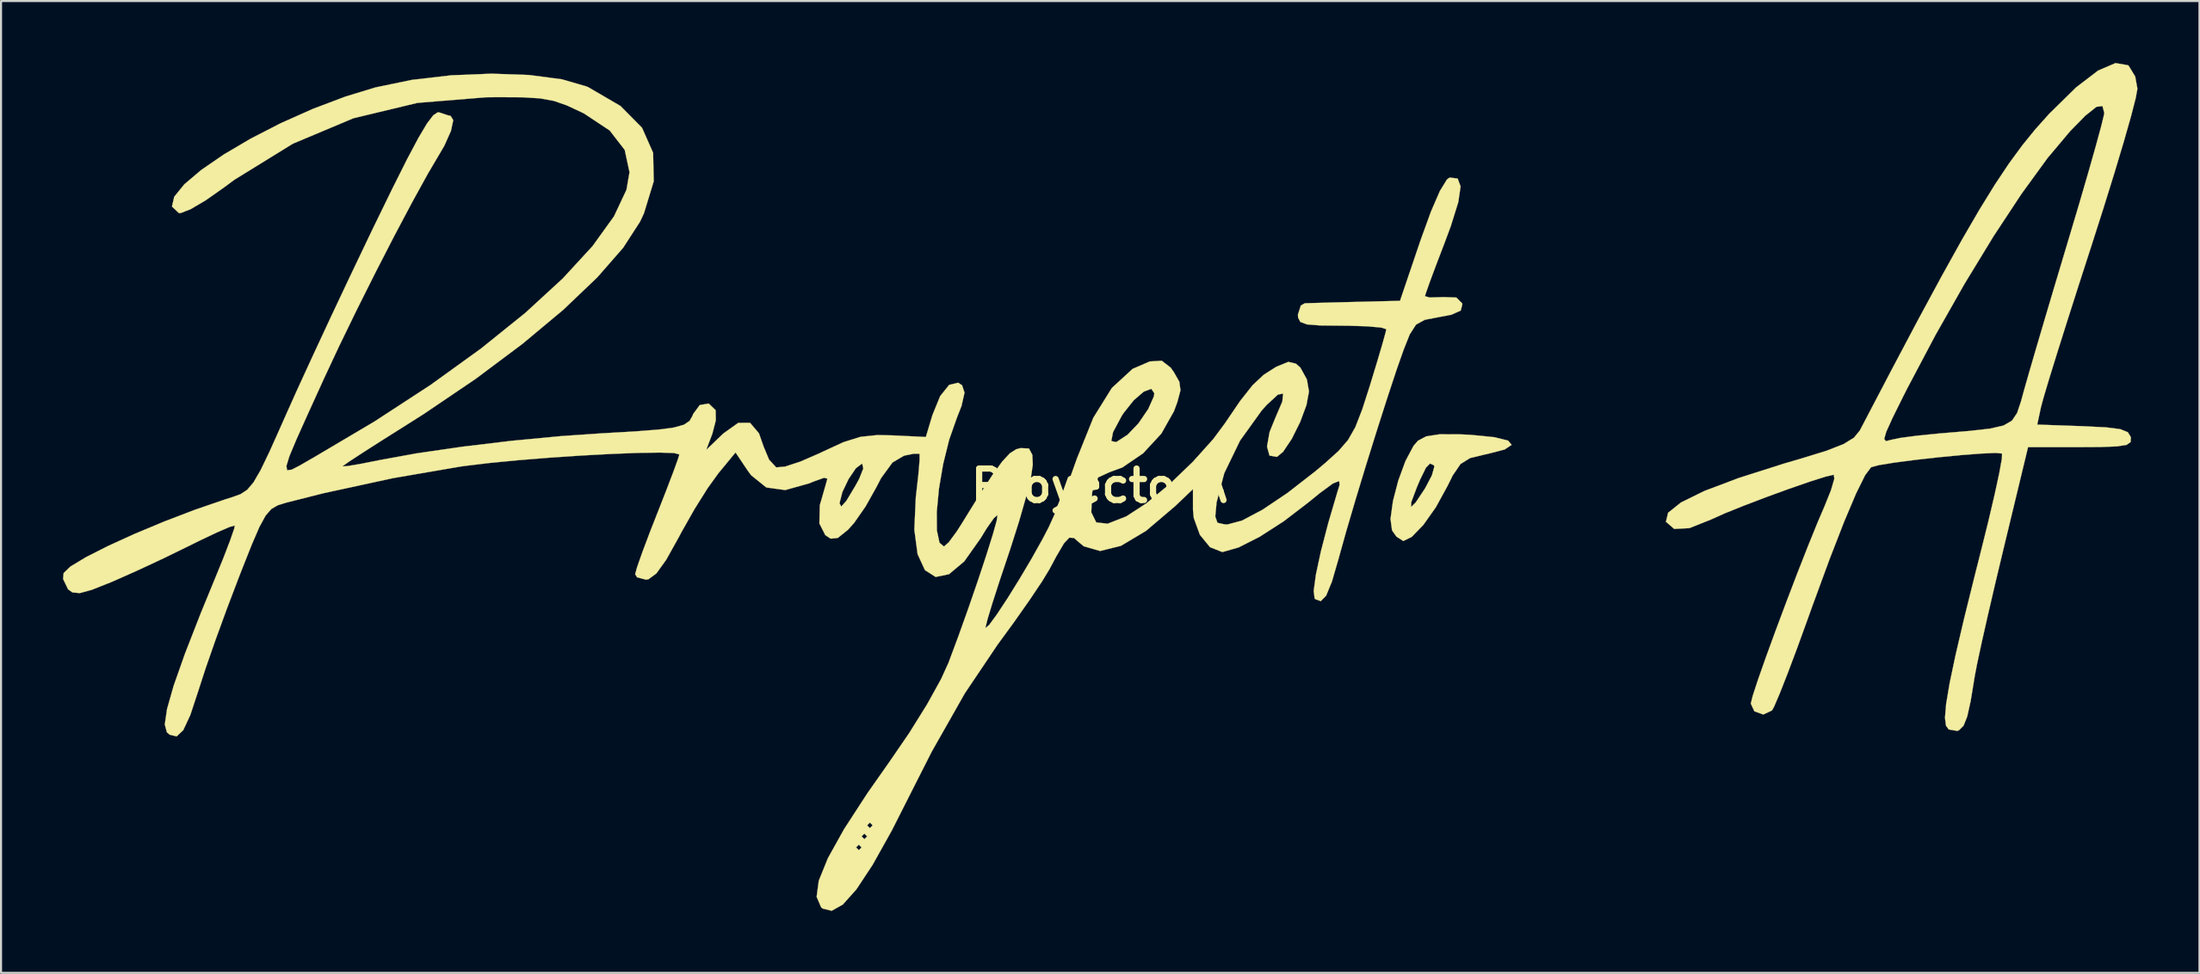
<source format=kicad_pcb>
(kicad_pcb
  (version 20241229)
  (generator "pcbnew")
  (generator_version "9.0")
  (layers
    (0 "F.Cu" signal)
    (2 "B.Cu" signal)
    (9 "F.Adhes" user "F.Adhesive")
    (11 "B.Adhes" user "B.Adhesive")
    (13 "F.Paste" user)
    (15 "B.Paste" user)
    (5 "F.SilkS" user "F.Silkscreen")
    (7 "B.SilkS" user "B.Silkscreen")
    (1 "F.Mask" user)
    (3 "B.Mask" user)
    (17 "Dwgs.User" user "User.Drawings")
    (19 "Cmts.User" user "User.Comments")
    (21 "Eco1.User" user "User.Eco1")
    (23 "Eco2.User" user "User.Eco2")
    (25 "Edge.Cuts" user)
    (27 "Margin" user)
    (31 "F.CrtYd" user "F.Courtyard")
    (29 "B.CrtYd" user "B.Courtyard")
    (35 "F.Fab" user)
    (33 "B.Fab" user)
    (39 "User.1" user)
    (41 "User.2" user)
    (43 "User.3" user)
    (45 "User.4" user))
  (footprint "Proyecto A"
    (layer "F.Cu")
    (at 50.157 20.475)
    (property "Reference" "Proyecto A" (at 0 0 0) (layer "F.SilkS") (effects (font (size 1.524 1.524) (thickness 0.3))))
    (attr through_hole)
    (fp_poly (pts (xy 17.503 -2.49) (xy 17.993 -2.466) (xy 19.137 -2.353) (xy 19.801 -2.186) (xy 19.972 -1.982) (xy 19.636 -1.759) (xy 18.78 -1.537) (xy 18.681 -1.518) (xy 17.959 -1.343) (xy 17.498 -1.055) (xy 17.122 -0.505) (xy 16.861 0.02) (xy 16.305 1.035) (xy 15.701 1.889) (xy 15.138 2.473) (xy 14.727 2.674) (xy 14.398 2.465) (xy 14.182 2.16) (xy 14.108 1.604) (xy 14.187 1.029) (xy 15.102 1.029) (xy 15.331 0.801) (xy 15.783 0.12) (xy 16.111 -0.503) (xy 16.229 -0.925) (xy 16.206 -0.994) (xy 16.022 -1.079) (xy 15.822 -0.874) (xy 15.537 -0.292) (xy 15.379 0.081) (xy 15.114 0.788) (xy 15.102 1.029) (xy 14.187 1.029) (xy 14.226 0.743) (xy 14.483 -0.249) (xy 14.832 -1.198) (xy 15.221 -1.932) (xy 15.438 -2.184) (xy 15.841 -2.396) (xy 16.49 -2.494) (xy 17.503 -2.49)) (stroke (width 0.01) (type solid)) (fill yes) (layer "F.SilkS"))
    (fp_poly (pts (xy 49.804 -20.367) (xy 49.844 -20.337) (xy 50.158 -19.822) (xy 50.265 -19.23) (xy 50.184 -18.78) (xy 49.957 -17.898) (xy 49.604 -16.659) (xy 49.148 -15.137) (xy 48.61 -13.408) (xy 48.024 -11.576) (xy 47.42 -9.708) (xy 46.864 -7.968) (xy 46.38 -6.432) (xy 45.991 -5.176) (xy 45.723 -4.278) (xy 45.599 -3.821) (xy 45.415 -2.963) (xy 47.637 -2.885) (xy 48.753 -2.829) (xy 49.439 -2.741) (xy 49.801 -2.595) (xy 49.942 -2.367) (xy 49.948 -2.339) (xy 49.938 -2.121) (xy 49.746 -1.983) (xy 49.277 -1.908) (xy 48.437 -1.877) (xy 47.504 -1.872) (xy 44.971 -1.872) (xy 43.761 3.142) (xy 43.37 4.782) (xy 43.014 6.314) (xy 42.716 7.635) (xy 42.5 8.642) (xy 42.389 9.224) (xy 42.194 10.416) (xy 42.025 11.179) (xy 41.849 11.616) (xy 41.635 11.831) (xy 41.549 11.871) (xy 41.13 11.8) (xy 40.998 11.615) (xy 40.95 11.233) (xy 41.006 10.564) (xy 41.174 9.565) (xy 41.463 8.195) (xy 41.88 6.412) (xy 42.436 4.172) (xy 42.673 3.237) (xy 43.046 1.738) (xy 43.354 0.423) (xy 43.58 -0.622) (xy 43.704 -1.313) (xy 43.713 -1.562) (xy 43.406 -1.591) (xy 42.7 -1.561) (xy 41.725 -1.486) (xy 40.611 -1.378) (xy 39.488 -1.252) (xy 38.488 -1.121) (xy 37.739 -0.999) (xy 37.374 -0.9) (xy 37.085 -0.515) (xy 36.649 0.365) (xy 36.075 1.721) (xy 35.369 3.535) (xy 34.541 5.79) (xy 34.316 6.417) (xy 33.804 7.829) (xy 33.336 9.075) (xy 32.948 10.062) (xy 32.676 10.697) (xy 32.576 10.879) (xy 32.152 11.076) (xy 31.722 10.92) (xy 31.549 10.547) (xy 31.642 10.171) (xy 31.897 9.395) (xy 32.276 8.316) (xy 32.745 7.031) (xy 33.267 5.636) (xy 33.805 4.228) (xy 34.325 2.905) (xy 34.789 1.762) (xy 35.114 1.003) (xy 35.432 0.213) (xy 35.593 -0.342) (xy 35.567 -0.535) (xy 35.167 -0.443) (xy 34.401 -0.2) (xy 33.4 0.147) (xy 32.293 0.55) (xy 31.211 0.963) (xy 30.283 1.337) (xy 29.641 1.625) (xy 29.622 1.634) (xy 28.577 2.05) (xy 27.84 2.089) (xy 27.446 1.747) (xy 27.442 1.738) (xy 27.546 1.306) (xy 28.166 0.81) (xy 29.306 0.249) (xy 30.969 -0.379) (xy 33.158 -1.076) (xy 33.951 -1.308) (xy 35.205 -1.693) (xy 36.036 -2.017) (xy 36.439 -2.265) (xy 38.007 -2.265) (xy 38.093 -2.161) (xy 38.34 -2.225) (xy 38.779 -2.317) (xy 39.584 -2.424) (xy 40.588 -2.526) (xy 40.679 -2.533) (xy 42.121 -2.655) (xy 43.125 -2.767) (xy 43.784 -2.918) (xy 44.192 -3.155) (xy 44.441 -3.525) (xy 44.627 -4.077) (xy 44.775 -4.618) (xy 44.99 -5.375) (xy 45.329 -6.54) (xy 45.762 -8.009) (xy 46.258 -9.679) (xy 46.787 -11.445) (xy 46.947 -11.979) (xy 47.446 -13.653) (xy 47.887 -15.167) (xy 48.249 -16.443) (xy 48.51 -17.401) (xy 48.646 -17.961) (xy 48.661 -18.062) (xy 48.573 -18.39) (xy 48.282 -18.352) (xy 47.749 -17.927) (xy 47.012 -17.178) (xy 45.913 -15.87) (xy 44.66 -14.147) (xy 43.304 -12.09) (xy 41.895 -9.778) (xy 40.484 -7.291) (xy 39.12 -4.71) (xy 38.938 -4.351) (xy 38.409 -3.284) (xy 38.106 -2.614) (xy 38.007 -2.265) (xy 36.439 -2.265) (xy 36.543 -2.329) (xy 36.826 -2.676) (xy 36.834 -2.691) (xy 38.354 -5.594) (xy 39.663 -8.066) (xy 40.791 -10.153) (xy 41.765 -11.904) (xy 42.614 -13.366) (xy 43.366 -14.585) (xy 44.049 -15.609) (xy 44.692 -16.486) (xy 45.322 -17.262) (xy 45.969 -17.985) (xy 46 -18.018) (xy 47.292 -19.289) (xy 48.364 -20.109) (xy 49.205 -20.47) (xy 49.804 -20.367)) (stroke (width 0.01) (type solid)) (fill yes) (layer "F.SilkS"))
    (fp_poly (pts (xy -27.595 -19.893) (xy -26.013 -19.686) (xy -24.804 -19.335) (xy -24.732 -19.303) (xy -23.173 -18.395) (xy -22.127 -17.339) (xy -21.59 -16.126) (xy -21.56 -14.747) (xy -22.033 -13.195) (xy -22.224 -12.788) (xy -23.041 -11.526) (xy -24.295 -10.091) (xy -25.938 -8.524) (xy -27.918 -6.871) (xy -30.186 -5.174) (xy -32.691 -3.478) (xy -33.569 -2.921) (xy -34.689 -2.216) (xy -35.625 -1.618) (xy -36.295 -1.18) (xy -36.614 -0.956) (xy -36.629 -0.939) (xy -36.391 -0.953) (xy -35.765 -1.058) (xy -34.888 -1.232) (xy -34.888 -1.233) (xy -33.04 -1.57) (xy -30.834 -1.891) (xy -28.446 -2.177) (xy -26.053 -2.405) (xy -24.063 -2.541) (xy -22.474 -2.632) (xy -21.337 -2.721) (xy -20.571 -2.823) (xy -20.094 -2.958) (xy -19.825 -3.141) (xy -19.681 -3.391) (xy -19.651 -3.476) (xy -19.332 -3.909) (xy -18.899 -3.984) (xy -18.567 -3.665) (xy -18.563 -3.656) (xy -18.555 -3.168) (xy -18.723 -2.519) (xy -19.02 -1.738) (xy -18.19 -2.532) (xy -17.468 -3.047) (xy -16.898 -3.051) (xy -16.465 -2.54) (xy -16.243 -1.904) (xy -15.977 -1.267) (xy -15.639 -0.899) (xy -15.621 -0.891) (xy -15.2 -0.929) (xy -14.46 -1.172) (xy -13.55 -1.568) (xy -13.426 -1.628) (xy -12.376 -2.112) (xy -11.553 -2.37) (xy -10.732 -2.456) (xy -10.008 -2.441) (xy -8.386 -2.363) (xy -8.069 -3.422) (xy -7.693 -4.343) (xy -7.258 -4.886) (xy -6.823 -4.991) (xy -6.634 -4.869) (xy -6.514 -4.512) (xy -6.66 -3.867) (xy -6.886 -3.29) (xy -7.256 -2.238) (xy -7.549 -1.057) (xy -7.753 0.143) (xy -7.858 1.252) (xy -7.853 2.16) (xy -7.726 2.759) (xy -7.509 2.941) (xy -7.274 2.733) (xy -6.887 2.206) (xy -6.671 1.868) (xy -5.812 0.478) (xy -5.169 -0.514) (xy -4.689 -1.175) (xy -4.321 -1.571) (xy -4.014 -1.768) (xy -3.807 -1.823) (xy -3.397 -1.807) (xy -3.233 -1.503) (xy -3.21 -1.021) (xy -3.295 -0.441) (xy -3.529 0.518) (xy -3.877 1.731) (xy -4.305 3.075) (xy -4.394 3.339) (xy -4.818 4.606) (xy -5.164 5.677) (xy -5.401 6.459) (xy -5.5 6.859) (xy -5.499 6.889) (xy -5.318 6.734) (xy -4.939 6.216) (xy -4.426 5.438) (xy -3.845 4.503) (xy -3.259 3.514) (xy -2.733 2.574) (xy -2.437 2.005) (xy -1.901 0.826) (xy -1.363 -0.508) (xy -1.066 -1.337) (xy -0.732 -2.166) (xy 0.591 -2.166) (xy 0.83 -2.116) (xy 1.38 -2.473) (xy 1.907 -3.025) (xy 2.377 -3.713) (xy 2.65 -4.322) (xy 2.674 -4.48) (xy 2.528 -4.696) (xy 2.162 -4.559) (xy 1.678 -4.142) (xy 1.181 -3.517) (xy 1.093 -3.381) (xy 0.675 -2.597) (xy 0.591 -2.166) (xy -0.732 -2.166) (xy -0.277 -3.298) (xy 0.619 -4.738) (xy 1.623 -5.662) (xy 2.452 -6.02) (xy 3.035 -6.055) (xy 3.464 -5.723) (xy 3.622 -5.499) (xy 3.885 -5.036) (xy 3.94 -4.624) (xy 3.786 -4.047) (xy 3.622 -3.606) (xy 3.015 -2.529) (xy 2.13 -1.572) (xy 1.126 -0.887) (xy 0.515 -0.664) (xy -0.041 -0.409) (xy -0.301 0.145) (xy -0.338 0.349) (xy -0.378 1.285) (xy -0.137 1.774) (xy 0.414 1.836) (xy 1.302 1.488) (xy 1.331 1.473) (xy 2.293 0.847) (xy 3.411 -0.078) (xy 4.538 -1.161) (xy 5.525 -2.26) (xy 6.078 -3.005) (xy 6.834 -4.115) (xy 7.429 -4.868) (xy 7.965 -5.373) (xy 8.542 -5.741) (xy 8.605 -5.774) (xy 9.162 -6.001) (xy 9.528 -5.914) (xy 9.742 -5.727) (xy 10.059 -5.151) (xy 10.16 -4.568) (xy 10.038 -3.907) (xy 9.731 -3.082) (xy 9.325 -2.269) (xy 8.907 -1.646) (xy 8.611 -1.4) (xy 8.25 -1.462) (xy 8.129 -1.899) (xy 8.254 -2.604) (xy 8.52 -3.26) (xy 8.871 -4.08) (xy 8.91 -4.467) (xy 8.653 -4.414) (xy 8.112 -3.913) (xy 7.866 -3.638) (xy 6.821 -2.183) (xy 6.059 -0.609) (xy 5.687 0.807) (xy 5.624 1.487) (xy 5.73 1.792) (xy 6.08 1.87) (xy 6.221 1.872) (xy 6.915 1.687) (xy 7.907 1.162) (xy 9.124 0.344) (xy 10.493 -0.721) (xy 10.951 -1.107) (xy 11.595 -1.688) (xy 12.052 -2.218) (xy 12.406 -2.84) (xy 12.74 -3.7) (xy 13.107 -4.842) (xy 13.442 -5.941) (xy 13.708 -6.841) (xy 13.87 -7.426) (xy 13.903 -7.583) (xy 13.657 -7.662) (xy 13.003 -7.722) (xy 12.067 -7.752) (xy 11.764 -7.754) (xy 10.698 -7.765) (xy 10.06 -7.816) (xy 9.741 -7.935) (xy 9.633 -8.147) (xy 9.625 -8.288) (xy 9.766 -8.73) (xy 9.959 -8.838) (xy 10.372 -8.851) (xy 11.165 -8.873) (xy 12.183 -8.899) (xy 12.431 -8.905) (xy 14.568 -8.957) (xy 15.565 -11.898) (xy 16.068 -13.285) (xy 16.5 -14.279) (xy 16.838 -14.83) (xy 16.971 -14.926) (xy 17.359 -14.878) (xy 17.5 -14.496) (xy 17.39 -13.74) (xy 17.026 -12.573) (xy 16.727 -11.769) (xy 16.323 -10.713) (xy 16.004 -9.856) (xy 15.812 -9.312) (xy 15.775 -9.18) (xy 16.007 -9.118) (xy 16.573 -9.134) (xy 16.636 -9.14) (xy 17.296 -9.115) (xy 17.573 -8.839) (xy 17.585 -8.789) (xy 17.507 -8.487) (xy 17.059 -8.285) (xy 16.47 -8.173) (xy 15.768 -8.038) (xy 15.344 -7.806) (xy 15.04 -7.335) (xy 14.748 -6.603) (xy 14.404 -5.627) (xy 13.956 -4.272) (xy 13.445 -2.676) (xy 12.914 -0.974) (xy 12.406 0.698) (xy 11.963 2.203) (xy 11.627 3.406) (xy 11.609 3.476) (xy 11.273 4.634) (xy 10.992 5.319) (xy 10.732 5.586) (xy 10.462 5.488) (xy 10.436 5.463) (xy 10.389 5.094) (xy 10.496 4.304) (xy 10.737 3.179) (xy 11.095 1.802) (xy 11.549 0.259) (xy 11.642 -0.037) (xy 11.624 -0.231) (xy 11.323 -0.113) (xy 10.702 0.341) (xy 10.125 0.81) (xy 8.932 1.723) (xy 7.771 2.47) (xy 6.757 2.984) (xy 6.004 3.2) (xy 5.949 3.203) (xy 5.37 2.973) (xy 4.878 2.371) (xy 4.584 1.56) (xy 4.545 1.151) (xy 4.545 0.162) (xy 3.676 0.99) (xy 2.271 2.184) (xy 1.059 2.907) (xy 0.05 3.157) (xy -0.744 2.928) (xy -0.941 2.764) (xy -1.214 2.527) (xy -1.44 2.512) (xy -1.7 2.786) (xy -2.073 3.422) (xy -2.403 4.04) (xy -2.763 4.633) (xy -3.364 5.529) (xy -4.119 6.604) (xy -4.918 7.698) (xy -6.5 10.05) (xy -8.101 12.872) (xy -8.955 14.558) (xy -10.039 16.701) (xy -10.965 18.357) (xy -11.749 19.543) (xy -12.405 20.278) (xy -12.946 20.581) (xy -13.387 20.471) (xy -13.458 20.409) (xy -13.674 19.904) (xy -13.569 19.121) (xy -13.13 18.038) (xy -12.838 17.513) (xy -11.764 17.513) (xy -11.631 17.646) (xy -11.497 17.513) (xy -11.631 17.379) (xy -11.764 17.513) (xy -12.838 17.513) (xy -12.54 16.978) (xy -11.497 16.978) (xy -11.363 17.112) (xy -11.229 16.978) (xy -11.363 16.844) (xy -11.497 16.978) (xy -12.54 16.978) (xy -12.348 16.633) (xy -12.225 16.443) (xy -11.229 16.443) (xy -11.096 16.577) (xy -10.962 16.443) (xy -11.096 16.309) (xy -11.229 16.443) (xy -12.225 16.443) (xy -11.212 14.883) (xy -10.155 13.378) (xy -9.187 11.966) (xy -8.325 10.581) (xy -7.65 9.362) (xy -7.29 8.571) (xy -6.809 7.28) (xy -6.323 5.919) (xy -5.863 4.584) (xy -5.461 3.37) (xy -5.148 2.373) (xy -4.956 1.689) (xy -4.916 1.412) (xy -5.092 1.564) (xy -5.441 2.06) (xy -5.728 2.53) (xy -6.527 3.661) (xy -7.266 4.281) (xy -7.912 4.415) (xy -8.43 4.084) (xy -8.785 3.314) (xy -8.944 2.127) (xy -8.872 0.547) (xy -8.853 0.387) (xy -8.748 -0.542) (xy -8.69 -1.234) (xy -8.69 -1.547) (xy -8.692 -1.55) (xy -8.969 -1.553) (xy -9.44 -1.459) (xy -10.002 -1.128) (xy -10.549 -0.378) (xy -10.803 0.106) (xy -11.307 1.005) (xy -11.856 1.794) (xy -12.152 2.126) (xy -12.648 2.525) (xy -12.995 2.56) (xy -13.253 2.391) (xy -13.54 1.826) (xy -13.52 0.94) (xy -13.495 0.856) (xy -12.562 0.856) (xy -12.481 1.004) (xy -12.231 0.724) (xy -11.791 -0.011) (xy -11.614 -0.334) (xy -11.415 -0.836) (xy -11.465 -1.068) (xy -11.483 -1.069) (xy -11.774 -0.85) (xy -12.127 -0.327) (xy -12.427 0.3) (xy -12.562 0.828) (xy -12.562 0.856) (xy -13.495 0.856) (xy -13.23 -0.065) (xy -13.153 -0.344) (xy -13.311 -0.389) (xy -13.817 -0.208) (xy -14.037 -0.117) (xy -15.195 0.207) (xy -16.109 0.081) (xy -16.843 -0.509) (xy -17.013 -0.74) (xy -17.599 -1.614) (xy -18.43 -0.606) (xy -18.952 0.118) (xy -19.587 1.131) (xy -20.214 2.237) (xy -20.338 2.473) (xy -20.954 3.579) (xy -21.431 4.243) (xy -21.814 4.526) (xy -21.938 4.545) (xy -22.365 4.433) (xy -22.459 4.283) (xy -22.365 3.94) (xy -22.111 3.217) (xy -21.738 2.226) (xy -21.389 1.337) (xy -20.954 0.228) (xy -20.604 -0.691) (xy -20.38 -1.311) (xy -20.32 -1.518) (xy -20.571 -1.586) (xy -21.262 -1.609) (xy -22.303 -1.594) (xy -23.6 -1.544) (xy -25.062 -1.465) (xy -26.597 -1.362) (xy -28.114 -1.24) (xy -29.52 -1.104) (xy -30.723 -0.959) (xy -30.919 -0.931) (xy -34.182 -0.37) (xy -37.564 0.364) (xy -39.353 0.817) (xy -39.755 0.941) (xy -40.069 1.122) (xy -40.349 1.444) (xy -40.648 1.99) (xy -41.018 2.846) (xy -41.514 4.096) (xy -41.665 4.484) (xy -42.226 5.959) (xy -42.776 7.468) (xy -43.252 8.834) (xy -43.592 9.882) (xy -43.595 9.893) (xy -43.994 11.101) (xy -44.335 11.832) (xy -44.654 12.135) (xy -44.987 12.057) (xy -45.128 11.936) (xy -45.229 11.559) (xy -45.122 10.817) (xy -44.801 9.686) (xy -44.257 8.142) (xy -43.484 6.161) (xy -42.82 4.545) (xy -42.387 3.484) (xy -42.057 2.623) (xy -41.867 2.069) (xy -41.841 1.922) (xy -42.098 1.996) (xy -42.719 2.265) (xy -43.589 2.678) (xy -44.021 2.893) (xy -45.256 3.496) (xy -46.573 4.111) (xy -47.71 4.616) (xy -47.83 4.667) (xy -48.763 5.038) (xy -49.344 5.197) (xy -49.701 5.164) (xy -49.912 5.013) (xy -50.152 4.515) (xy -50.126 4.227) (xy -49.798 3.911) (xy -49.055 3.462) (xy -47.989 2.921) (xy -46.69 2.329) (xy -45.251 1.728) (xy -43.761 1.158) (xy -42.312 0.661) (xy -41.95 0.547) (xy -41.56 0.405) (xy -41.24 0.195) (xy -40.935 -0.165) (xy -40.592 -0.755) (xy -40.157 -1.658) (xy -39.577 -2.954) (xy -39.432 -3.283) (xy -38.838 -4.609) (xy -38.07 -6.282) (xy -37.192 -8.169) (xy -36.264 -10.137) (xy -35.35 -12.052) (xy -35.12 -12.53) (xy -34.21 -14.397) (xy -33.494 -15.825) (xy -32.943 -16.86) (xy -32.532 -17.55) (xy -32.232 -17.943) (xy -32.017 -18.085) (xy -31.934 -18.078) (xy -31.505 -17.935) (xy -31.394 -17.914) (xy -31.265 -17.709) (xy -31.377 -17.184) (xy -31.694 -16.474) (xy -31.91 -16.104) (xy -32.495 -15.112) (xy -33.248 -13.745) (xy -34.113 -12.114) (xy -35.031 -10.328) (xy -35.947 -8.498) (xy -36.804 -6.733) (xy -37.546 -5.145) (xy -37.575 -5.08) (xy -38.319 -3.444) (xy -38.857 -2.246) (xy -39.197 -1.434) (xy -39.344 -0.954) (xy -39.306 -0.753) (xy -39.09 -0.779) (xy -38.7 -0.979) (xy -38.145 -1.3) (xy -38.034 -1.363) (xy -35.08 -3.112) (xy -32.363 -4.884) (xy -29.916 -6.65) (xy -27.771 -8.378) (xy -25.962 -10.041) (xy -24.522 -11.607) (xy -23.484 -13.047) (xy -22.88 -14.331) (xy -22.732 -15.186) (xy -22.964 -16.265) (xy -23.691 -17.205) (xy -24.928 -18.025) (xy -25.061 -18.092) (xy -25.772 -18.423) (xy -26.39 -18.638) (xy -27.058 -18.761) (xy -27.922 -18.814) (xy -29.123 -18.82) (xy -29.678 -18.814) (xy -32.994 -18.544) (xy -36.093 -17.801) (xy -39.031 -16.566) (xy -41.86 -14.82) (xy -42.385 -14.432) (xy -43.249 -13.825) (xy -43.983 -13.393) (xy -44.466 -13.206) (xy -44.551 -13.211) (xy -44.882 -13.523) (xy -44.773 -13.998) (xy -44.282 -14.601) (xy -43.465 -15.294) (xy -42.378 -16.041) (xy -41.079 -16.807) (xy -39.625 -17.555) (xy -38.071 -18.248) (xy -36.476 -18.851) (xy -35.025 -19.293) (xy -33.266 -19.657) (xy -31.353 -19.879) (xy -29.419 -19.957) (xy -27.595 -19.893)) (stroke (width 0.01) (type solid)) (fill yes) (layer "F.SilkS")))
  (gr_rect
    (start -3 -3)
    (end 103.427 44.062)
    (stroke (width 0.1) (type default))
    (fill no)
    (layer "Edge.Cuts")))
</source>
